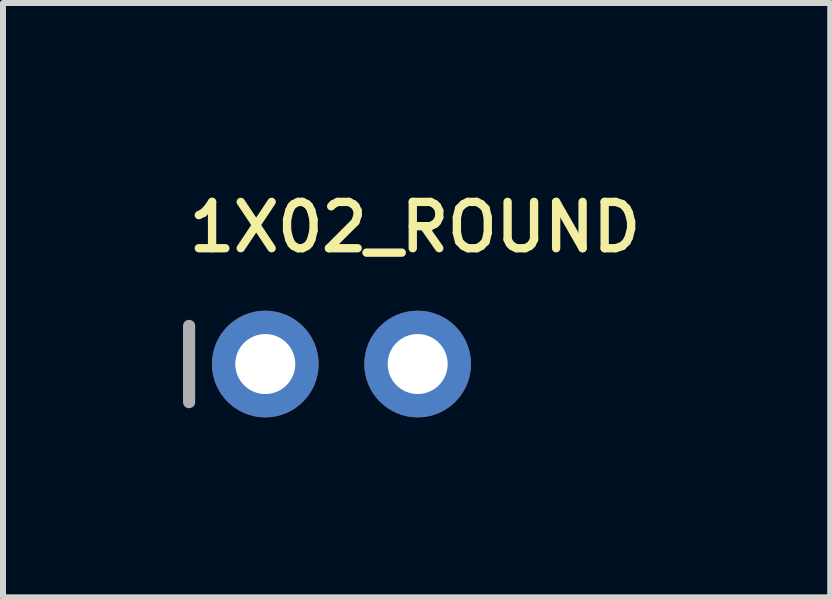
<source format=kicad_pcb>
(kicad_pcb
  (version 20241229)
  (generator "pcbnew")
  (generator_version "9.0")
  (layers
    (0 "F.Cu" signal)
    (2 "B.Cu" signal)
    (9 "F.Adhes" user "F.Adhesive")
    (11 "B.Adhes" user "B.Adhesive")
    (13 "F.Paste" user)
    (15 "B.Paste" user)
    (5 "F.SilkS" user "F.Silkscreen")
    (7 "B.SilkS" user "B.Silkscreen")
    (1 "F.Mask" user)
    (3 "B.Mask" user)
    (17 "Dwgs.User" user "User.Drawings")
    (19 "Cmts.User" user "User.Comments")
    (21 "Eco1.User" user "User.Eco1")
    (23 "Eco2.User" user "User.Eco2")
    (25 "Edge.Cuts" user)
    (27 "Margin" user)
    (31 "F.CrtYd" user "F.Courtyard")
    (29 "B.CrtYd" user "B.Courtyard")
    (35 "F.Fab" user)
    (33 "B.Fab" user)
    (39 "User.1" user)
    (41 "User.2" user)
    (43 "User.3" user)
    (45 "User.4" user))
  (footprint "1X02_ROUND"
    (layer "F.Cu")
    (at 2.642 3.018)
    (property "Reference" "1X02_ROUND" (at -2.616 -1.829 0) (layer "F.SilkS") (effects (font (size 0.772 0.772) (thickness 0.139)) (justify left bottom)))
    (attr through_hole)
    (fp_line (start -2.54 -0.635) (end -2.54 0.635) (stroke (width 0.203) (type solid)) (layer "F.Fab"))
    (fp_poly (pts (xy -1.524 0.254) (xy -1.016 0.254) (xy -1.016 -0.254) (xy -1.524 -0.254)) (stroke (width 0.1) (type solid)) (fill no) (layer "F.Fab"))
    (fp_poly (pts (xy 1.016 0.254) (xy 1.524 0.254) (xy 1.524 -0.254) (xy 1.016 -0.254)) (stroke (width 0.1) (type solid)) (fill no) (layer "F.Fab"))
    (pad "1" thru_hole circle (at -1.27 0 90) (size 1.778 1.778) (drill 1) (layers "*.Cu" "*.Mask"))
    (pad "2" thru_hole circle (at 1.27 0 90) (size 1.778 1.778) (drill 1) (layers "*.Cu" "*.Mask")))
  (gr_rect
    (start -3 -3)
    (end 10.789 6.907)
    (stroke (width 0.1) (type default))
    (fill no)
    (layer "Edge.Cuts")))
</source>
